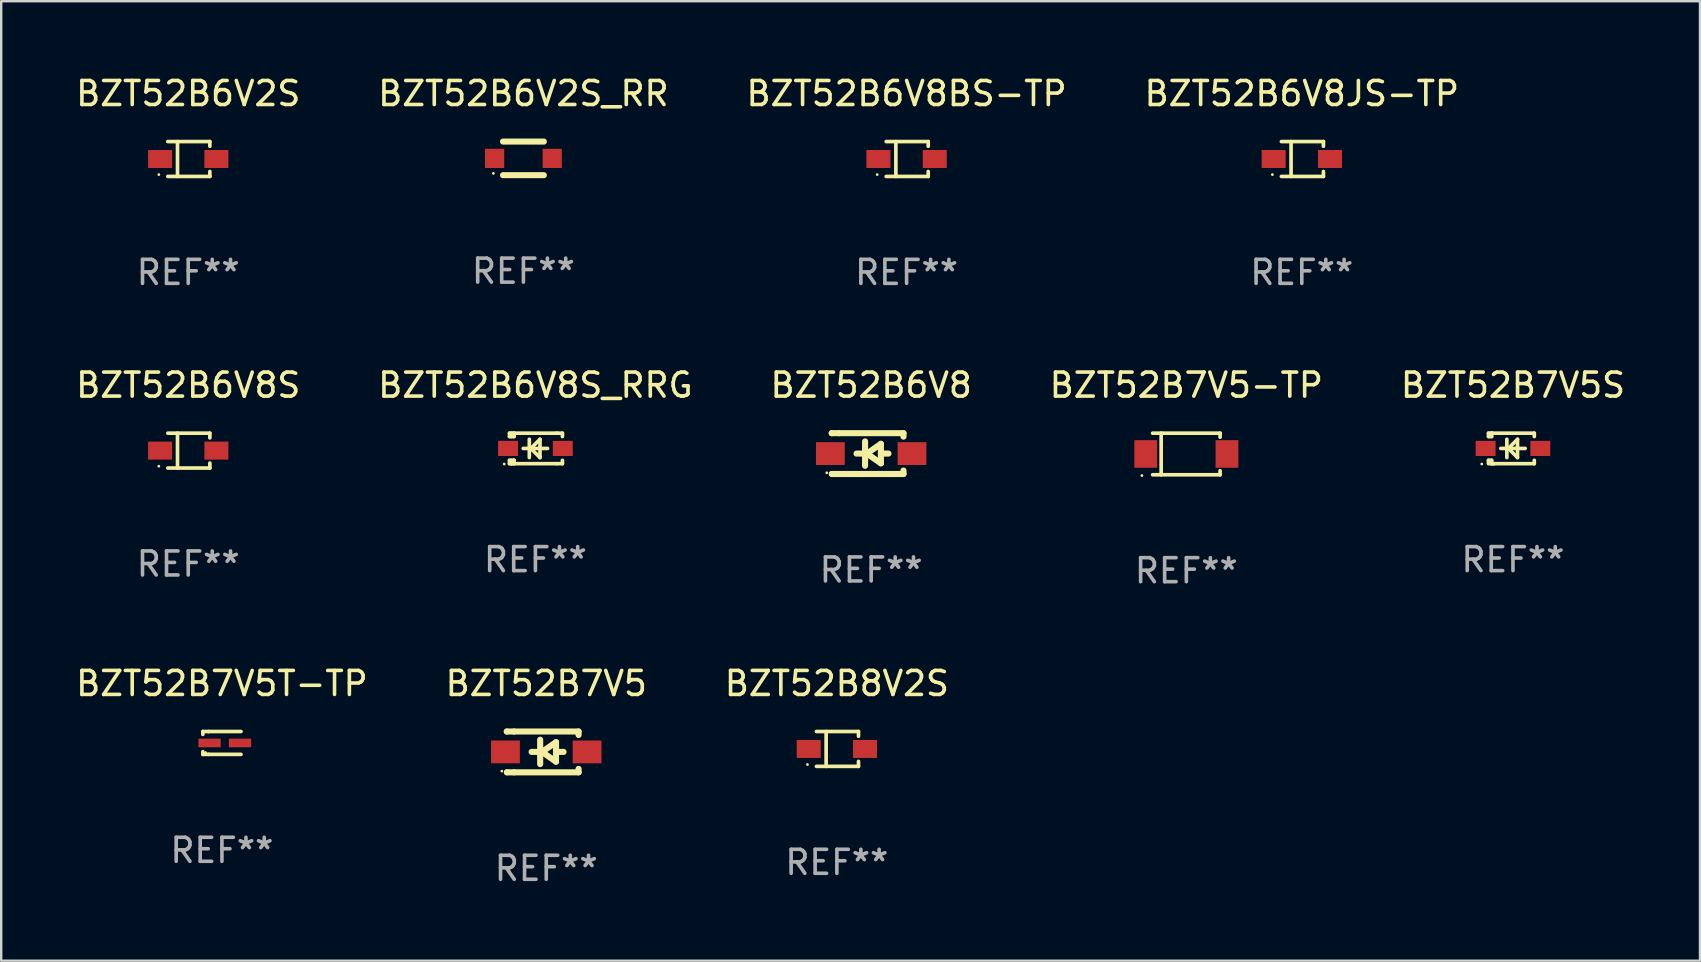
<source format=kicad_pcb>
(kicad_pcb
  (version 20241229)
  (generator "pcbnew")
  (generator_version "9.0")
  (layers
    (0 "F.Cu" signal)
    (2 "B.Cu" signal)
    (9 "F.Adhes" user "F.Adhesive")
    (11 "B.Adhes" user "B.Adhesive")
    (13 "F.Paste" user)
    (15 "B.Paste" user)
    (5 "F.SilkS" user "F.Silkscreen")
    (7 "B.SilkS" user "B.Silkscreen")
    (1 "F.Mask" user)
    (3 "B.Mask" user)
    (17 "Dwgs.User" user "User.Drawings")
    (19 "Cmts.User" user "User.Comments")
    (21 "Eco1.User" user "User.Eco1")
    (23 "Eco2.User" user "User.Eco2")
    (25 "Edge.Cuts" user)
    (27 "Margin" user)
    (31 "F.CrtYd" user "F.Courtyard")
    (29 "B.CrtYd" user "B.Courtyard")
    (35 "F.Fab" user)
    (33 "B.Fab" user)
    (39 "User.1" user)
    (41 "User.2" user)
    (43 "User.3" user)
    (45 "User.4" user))
  (footprint "BZT52B8V2S"
    (layer "F.Cu")
    (at 31.815 28.152)
    (property "Reference" "BZT52B8V2S" (at 0 -2.726 0) (layer "F.SilkS") (effects (font (size 1 1) (thickness 0.15))))
    (attr through_hole)
    (fp_line (start -0.851 -0.726) (end 0.901 -0.726) (stroke (width 0.152) (type solid)) (layer "F.SilkS"))
    (fp_line (start -0.851 0.726) (end 0.901 0.726) (stroke (width 0.152) (type solid)) (layer "F.SilkS"))
    (fp_line (start -0.447 -0.726) (end -0.447 0.726) (stroke (width 0.152) (type solid)) (layer "F.SilkS"))
    (fp_line (start 0.901 -0.726) (end 0.901 -0.53) (stroke (width 0.152) (type solid)) (layer "F.SilkS"))
    (fp_line (start 0.901 0.726) (end 0.901 0.52) (stroke (width 0.152) (type solid)) (layer "F.SilkS"))
    (fp_circle (center -1.225 0.65) (end -1.195 0.65) (stroke (width 0.06) (type solid)) (fill no) (layer "F.SilkS"))
    (fp_text user "REF**" (at 0 4.726 0) (layer "F.Fab") (effects (font (size 1 1) (thickness 0.15))))
    (pad "1" smd rect (at -1.173 0) (size 1 0.75) (layers "F.Cu" "F.Mask" "F.Paste"))
    (pad "2" smd rect (at 1.173 0) (size 1 0.75) (layers "F.Cu" "F.Mask" "F.Paste")))
  (footprint "BZT52B7V5T-TP"
    (layer "F.Cu")
    (at 6.196 27.902)
    (property "Reference" "BZT52B7V5T-TP" (at 0 -2.476 0) (layer "F.SilkS") (effects (font (size 1 1) (thickness 0.15))))
    (attr through_hole)
    (fp_line (start -0.795 -0.476) (end -0.795 -0.356) (stroke (width 0.152) (type solid)) (layer "F.SilkS"))
    (fp_line (start -0.795 0.363) (end -0.795 0.476) (stroke (width 0.152) (type solid)) (layer "F.SilkS"))
    (fp_line (start -0.795 0.476) (end -0.557 0.476) (stroke (width 0.152) (type solid)) (layer "F.SilkS"))
    (fp_line (start -0.557 -0.476) (end -0.795 -0.476) (stroke (width 0.152) (type solid)) (layer "F.SilkS"))
    (fp_line (start -0.557 -0.476) (end 0.795 -0.476) (stroke (width 0.152) (type solid)) (layer "F.SilkS"))
    (fp_line (start -0.557 0.476) (end 0.795 0.476) (stroke (width 0.152) (type solid)) (layer "F.SilkS"))
    (fp_circle (center -0.681 0.4) (end -0.651 0.4) (stroke (width 0.06) (type solid)) (fill no) (layer "F.SilkS"))
    (fp_text user "REF**" (at 0 4.476 0) (layer "F.Fab") (effects (font (size 1 1) (thickness 0.15))))
    (pad "1" smd rect (at -0.516 0 180) (size 0.93 0.36) (layers "F.Cu" "F.Mask" "F.Paste"))
    (pad "2" smd rect (at 0.754 0 180) (size 0.93 0.36) (layers "F.Cu" "F.Mask" "F.Paste")))
  (footprint "BZT52B6V8JS-TP"
    (layer "F.Cu")
    (at 51.185 3.574)
    (property "Reference" "BZT52B6V8JS-TP" (at 0 -2.726 0) (layer "F.SilkS") (effects (font (size 1 1) (thickness 0.15))))
    (attr through_hole)
    (fp_line (start -0.851 -0.726) (end 0.901 -0.726) (stroke (width 0.152) (type solid)) (layer "F.SilkS"))
    (fp_line (start -0.851 0.726) (end 0.901 0.726) (stroke (width 0.152) (type solid)) (layer "F.SilkS"))
    (fp_line (start -0.447 -0.726) (end -0.447 0.726) (stroke (width 0.152) (type solid)) (layer "F.SilkS"))
    (fp_line (start 0.901 -0.726) (end 0.901 -0.53) (stroke (width 0.152) (type solid)) (layer "F.SilkS"))
    (fp_line (start 0.901 0.726) (end 0.901 0.52) (stroke (width 0.152) (type solid)) (layer "F.SilkS"))
    (fp_circle (center -1.225 0.65) (end -1.195 0.65) (stroke (width 0.06) (type solid)) (fill no) (layer "F.SilkS"))
    (fp_text user "REF**" (at 0 4.726 0) (layer "F.Fab") (effects (font (size 1 1) (thickness 0.15))))
    (pad "1" smd rect (at -1.173 0) (size 1 0.75) (layers "F.Cu" "F.Mask" "F.Paste"))
    (pad "2" smd rect (at 1.173 0) (size 1 0.75) (layers "F.Cu" "F.Mask" "F.Paste")))
  (footprint "BZT52B6V8"
    (layer "F.Cu")
    (at 33.244 15.847)
    (property "Reference" "BZT52B6V8" (at 0 -2.85 0) (layer "F.SilkS") (effects (font (size 1 1) (thickness 0.15))))
    (attr through_hole)
    (fp_line (start -1.643 -0.85) (end -1.644 -0.849) (stroke (width 0.254) (type solid)) (layer "F.SilkS"))
    (fp_line (start -1.638 0.85) (end -1.639 0.849) (stroke (width 0.254) (type solid)) (layer "F.SilkS"))
    (fp_line (start -1.346 -0.85) (end -1.643 -0.85) (stroke (width 0.254) (type solid)) (layer "F.SilkS"))
    (fp_line (start -1.346 -0.85) (end 1.346 -0.85) (stroke (width 0.254) (type solid)) (layer "F.SilkS"))
    (fp_line (start -1.346 0.85) (end -1.638 0.85) (stroke (width 0.254) (type solid)) (layer "F.SilkS"))
    (fp_line (start -0.28 0) (end -0.61 0) (stroke (width 0.254) (type solid)) (layer "F.SilkS"))
    (fp_line (start -0.254 -0.508) (end -0.254 0.508) (stroke (width 0.254) (type solid)) (layer "F.SilkS"))
    (fp_line (start -0.178 0) (end 0.406 -0.406) (stroke (width 0.254) (type solid)) (layer "F.SilkS"))
    (fp_line (start 0.406 -0.406) (end 0.406 0.406) (stroke (width 0.254) (type solid)) (layer "F.SilkS"))
    (fp_line (start 0.406 -0.000254) (end 0.72 -0.000254) (stroke (width 0.254) (type solid)) (layer "F.SilkS"))
    (fp_line (start 0.406 0.406) (end -0.178 0) (stroke (width 0.254) (type solid)) (layer "F.SilkS"))
    (fp_line (start 1.346 -0.85) (end 1.346 -0.706) (stroke (width 0.254) (type solid)) (layer "F.SilkS"))
    (fp_line (start 1.346 0.706) (end 1.346 0.85) (stroke (width 0.254) (type solid)) (layer "F.SilkS"))
    (fp_line (start 1.346 0.85) (end -1.346 0.85) (stroke (width 0.254) (type solid)) (layer "F.SilkS"))
    (fp_circle (center -1.85 0.8) (end -1.82 0.8) (stroke (width 0.06) (type solid)) (fill no) (layer "F.SilkS"))
    (fp_text user "REF**" (at 0 4.85 0) (layer "F.Fab") (effects (font (size 1 1) (thickness 0.15))))
    (pad "1" smd rect (at -1.7 0) (size 1.2 0.95) (layers "F.Cu" "F.Mask" "F.Paste"))
    (pad "2" smd rect (at 1.7 0) (size 1.2 0.95) (layers "F.Cu" "F.Mask" "F.Paste")))
  (footprint "BZT52B7V5S"
    (layer "F.Cu")
    (at 59.982 15.632)
    (property "Reference" "BZT52B7V5S" (at 0 -2.635 0) (layer "F.SilkS") (effects (font (size 1 1) (thickness 0.15))))
    (attr through_hole)
    (fp_line (start -1.02 -0.635) (end -1.02 -0.495) (stroke (width 0.152) (type solid)) (layer "F.SilkS"))
    (fp_line (start -1.02 -0.495) (end -0.889 -0.495) (stroke (width 0.152) (type solid)) (layer "F.SilkS"))
    (fp_line (start -1.02 0.495) (end -1.02 0.62) (stroke (width 0.152) (type solid)) (layer "F.SilkS"))
    (fp_line (start -1.02 0.495) (end -0.889 0.495) (stroke (width 0.152) (type solid)) (layer "F.SilkS"))
    (fp_line (start -0.889 -0.635) (end -1.02 -0.635) (stroke (width 0.152) (type solid)) (layer "F.SilkS"))
    (fp_line (start -0.889 -0.635) (end -0.889 -0.595) (stroke (width 0.152) (type solid)) (layer "F.SilkS"))
    (fp_line (start -0.889 -0.635) (end 0.889 -0.635) (stroke (width 0.152) (type solid)) (layer "F.SilkS"))
    (fp_line (start -0.889 -0.495) (end -0.889 -0.635) (stroke (width 0.152) (type solid)) (layer "F.SilkS"))
    (fp_line (start -0.889 0.595) (end -0.889 0.495) (stroke (width 0.152) (type solid)) (layer "F.SilkS"))
    (fp_line (start -0.889 0.595) (end -0.889 0.635) (stroke (width 0.152) (type solid)) (layer "F.SilkS"))
    (fp_line (start -0.889 0.635) (end 0.889 0.635) (stroke (width 0.152) (type solid)) (layer "F.SilkS"))
    (fp_line (start -0.776 0.635) (end -1.014 0.635) (stroke (width 0.152) (type solid)) (layer "F.SilkS"))
    (fp_line (start -0.254 -0.381) (end -0.254 0.381) (stroke (width 0.152) (type solid)) (layer "F.SilkS"))
    (fp_line (start -0.191 0) (end 0.19 -0.381) (stroke (width 0.152) (type solid)) (layer "F.SilkS"))
    (fp_line (start 0.19 -0.381) (end 0.19 0.381) (stroke (width 0.152) (type solid)) (layer "F.SilkS"))
    (fp_line (start 0.19 0.381) (end -0.191 0) (stroke (width 0.152) (type solid)) (layer "F.SilkS"))
    (fp_line (start 0.508 0) (end -0.508 0) (stroke (width 0.152) (type solid)) (layer "F.SilkS"))
    (fp_line (start 0.889 -0.635) (end 0.889 -0.495) (stroke (width 0.152) (type solid)) (layer "F.SilkS"))
    (fp_line (start 0.889 0.495) (end 0.889 0.635) (stroke (width 0.152) (type solid)) (layer "F.SilkS"))
    (fp_circle (center -1.3 0.65) (end -1.27 0.65) (stroke (width 0.06) (type solid)) (fill no) (layer "F.SilkS"))
    (fp_text user "REF**" (at 0 4.635 0) (layer "F.Fab") (effects (font (size 1 1) (thickness 0.15))))
    (pad "1" smd rect (at -1.14 0 90) (size 0.63 0.83) (layers "F.Cu" "F.Mask" "F.Paste"))
    (pad "2" smd rect (at 1.14 0 90) (size 0.63 0.83) (layers "F.Cu" "F.Mask" "F.Paste")))
  (footprint "BZT52B6V8S_RRG"
    (layer "F.Cu")
    (at 19.256 15.632)
    (property "Reference" "BZT52B6V8S_RRG" (at 0 -2.635 0) (layer "F.SilkS") (effects (font (size 1 1) (thickness 0.15))))
    (attr through_hole)
    (fp_line (start -1.08 -0.635) (end -1.08 -0.495) (stroke (width 0.152) (type solid)) (layer "F.SilkS"))
    (fp_line (start -1.08 0.495) (end -1.08 0.635) (stroke (width 0.152) (type solid)) (layer "F.SilkS"))
    (fp_line (start -1.08 0.495) (end -0.889 0.495) (stroke (width 0.152) (type solid)) (layer "F.SilkS"))
    (fp_line (start -1.08 0.635) (end -0.889 0.635) (stroke (width 0.152) (type solid)) (layer "F.SilkS"))
    (fp_line (start -1.003 0.635) (end -0.986 0.635) (stroke (width 0.152) (type solid)) (layer "F.SilkS"))
    (fp_line (start -0.986 -0.495) (end -0.986 -0.635) (stroke (width 0.152) (type solid)) (layer "F.SilkS"))
    (fp_line (start -0.986 0.635) (end -0.986 0.495) (stroke (width 0.152) (type solid)) (layer "F.SilkS"))
    (fp_line (start -0.889 -0.635) (end -1.08 -0.635) (stroke (width 0.152) (type solid)) (layer "F.SilkS"))
    (fp_line (start -0.889 -0.635) (end -0.889 -0.595) (stroke (width 0.152) (type solid)) (layer "F.SilkS"))
    (fp_line (start -0.889 -0.635) (end 0.889 -0.635) (stroke (width 0.152) (type solid)) (layer "F.SilkS"))
    (fp_line (start -0.889 -0.595) (end -0.889 -0.495) (stroke (width 0.152) (type solid)) (layer "F.SilkS"))
    (fp_line (start -0.889 -0.495) (end -1.08 -0.495) (stroke (width 0.152) (type solid)) (layer "F.SilkS"))
    (fp_line (start -0.889 0.495) (end -0.889 0.595) (stroke (width 0.152) (type solid)) (layer "F.SilkS"))
    (fp_line (start -0.889 0.495) (end -0.889 0.495) (stroke (width 0.152) (type solid)) (layer "F.SilkS"))
    (fp_line (start -0.889 0.595) (end -0.889 0.635) (stroke (width 0.152) (type solid)) (layer "F.SilkS"))
    (fp_line (start -0.889 0.635) (end 0.889 0.635) (stroke (width 0.152) (type solid)) (layer "F.SilkS"))
    (fp_line (start -0.254 -0.381) (end -0.254 0.381) (stroke (width 0.152) (type solid)) (layer "F.SilkS"))
    (fp_line (start -0.191 0) (end -0.191 0) (stroke (width 0.152) (type solid)) (layer "F.SilkS"))
    (fp_line (start -0.191 0) (end 0.191 -0.381) (stroke (width 0.152) (type solid)) (layer "F.SilkS"))
    (fp_line (start 0.191 -0.381) (end 0.191 0.381) (stroke (width 0.152) (type solid)) (layer "F.SilkS"))
    (fp_line (start 0.191 0.381) (end -0.191 0) (stroke (width 0.152) (type solid)) (layer "F.SilkS"))
    (fp_line (start 0.508 0) (end -0.508 0) (stroke (width 0.152) (type solid)) (layer "F.SilkS"))
    (fp_line (start 0.889 -0.635) (end 1.125 -0.635) (stroke (width 0.152) (type solid)) (layer "F.SilkS"))
    (fp_line (start 1.125 -0.635) (end 1.125 -0.495) (stroke (width 0.152) (type solid)) (layer "F.SilkS"))
    (fp_line (start 1.125 0.495) (end 1.125 0.635) (stroke (width 0.152) (type solid)) (layer "F.SilkS"))
    (fp_line (start 1.125 0.635) (end 0.889 0.635) (stroke (width 0.152) (type solid)) (layer "F.SilkS"))
    (fp_circle (center -1.3 0.65) (end -1.27 0.65) (stroke (width 0.06) (type solid)) (fill no) (layer "F.SilkS"))
    (fp_text user "REF**" (at 0 4.635 0) (layer "F.Fab") (effects (font (size 1 1) (thickness 0.15))))
    (pad "1" smd rect (at -1.14 0 90) (size 0.63 0.83) (layers "F.Cu" "F.Mask" "F.Paste"))
    (pad "2" smd rect (at 1.14 0 90) (size 0.63 0.83) (layers "F.Cu" "F.Mask" "F.Paste")))
  (footprint "BZT52B7V5"
    (layer "F.Cu")
    (at 19.708 28.276)
    (property "Reference" "BZT52B7V5" (at 0 -2.85 0) (layer "F.SilkS") (effects (font (size 1 1) (thickness 0.15))))
    (attr through_hole)
    (fp_line (start -1.643 -0.85) (end -1.644 -0.849) (stroke (width 0.254) (type solid)) (layer "F.SilkS"))
    (fp_line (start -1.638 0.85) (end -1.639 0.849) (stroke (width 0.254) (type solid)) (layer "F.SilkS"))
    (fp_line (start -1.346 -0.85) (end -1.643 -0.85) (stroke (width 0.254) (type solid)) (layer "F.SilkS"))
    (fp_line (start -1.346 -0.85) (end 1.346 -0.85) (stroke (width 0.254) (type solid)) (layer "F.SilkS"))
    (fp_line (start -1.346 0.85) (end -1.638 0.85) (stroke (width 0.254) (type solid)) (layer "F.SilkS"))
    (fp_line (start -0.28 0) (end -0.61 0) (stroke (width 0.254) (type solid)) (layer "F.SilkS"))
    (fp_line (start -0.254 -0.508) (end -0.254 0.508) (stroke (width 0.254) (type solid)) (layer "F.SilkS"))
    (fp_line (start -0.178 0) (end 0.406 -0.406) (stroke (width 0.254) (type solid)) (layer "F.SilkS"))
    (fp_line (start 0.406 -0.406) (end 0.406 0.406) (stroke (width 0.254) (type solid)) (layer "F.SilkS"))
    (fp_line (start 0.406 -0.000254) (end 0.72 -0.000254) (stroke (width 0.254) (type solid)) (layer "F.SilkS"))
    (fp_line (start 0.406 0.406) (end -0.178 0) (stroke (width 0.254) (type solid)) (layer "F.SilkS"))
    (fp_line (start 1.346 -0.85) (end 1.346 -0.706) (stroke (width 0.254) (type solid)) (layer "F.SilkS"))
    (fp_line (start 1.346 0.706) (end 1.346 0.85) (stroke (width 0.254) (type solid)) (layer "F.SilkS"))
    (fp_line (start 1.346 0.85) (end -1.346 0.85) (stroke (width 0.254) (type solid)) (layer "F.SilkS"))
    (fp_circle (center -1.85 0.8) (end -1.82 0.8) (stroke (width 0.06) (type solid)) (fill no) (layer "F.SilkS"))
    (fp_text user "REF**" (at 0 4.85 0) (layer "F.Fab") (effects (font (size 1 1) (thickness 0.15))))
    (pad "1" smd rect (at -1.7 0) (size 1.2 0.95) (layers "F.Cu" "F.Mask" "F.Paste"))
    (pad "2" smd rect (at 1.7 0) (size 1.2 0.95) (layers "F.Cu" "F.Mask" "F.Paste")))
  (footprint "BZT52B6V2S_RR"
    (layer "F.Cu")
    (at 18.756 3.548)
    (property "Reference" "BZT52B6V2S_RR" (at 0 -2.7 0) (layer "F.SilkS") (effects (font (size 1 1) (thickness 0.15))))
    (attr through_hole)
    (fp_line (start -0.85 -0.7) (end 0.85 -0.7) (stroke (width 0.254) (type solid)) (layer "F.SilkS"))
    (fp_line (start -0.85 0.7) (end 0.85 0.7) (stroke (width 0.254) (type solid)) (layer "F.SilkS"))
    (fp_circle (center -1.25 0.625) (end -1.22 0.625) (stroke (width 0.06) (type solid)) (fill no) (layer "F.SilkS"))
    (fp_text user "REF**" (at 0 4.7 0) (layer "F.Fab") (effects (font (size 1 1) (thickness 0.15))))
    (pad "1" smd rect (at -1.2 0) (size 0.8 0.8) (layers "F.Cu" "F.Mask" "F.Paste"))
    (pad "2" smd rect (at 1.2 0) (size 0.8 0.8) (layers "F.Cu" "F.Mask" "F.Paste")))
  (footprint "BZT52B6V2S"
    (layer "F.Cu")
    (at 4.792 3.574)
    (property "Reference" "BZT52B6V2S" (at 0 -2.726 0) (layer "F.SilkS") (effects (font (size 1 1) (thickness 0.15))))
    (attr through_hole)
    (fp_line (start -0.851 -0.726) (end 0.901 -0.726) (stroke (width 0.152) (type solid)) (layer "F.SilkS"))
    (fp_line (start -0.851 0.726) (end 0.901 0.726) (stroke (width 0.152) (type solid)) (layer "F.SilkS"))
    (fp_line (start -0.447 -0.726) (end -0.447 0.726) (stroke (width 0.152) (type solid)) (layer "F.SilkS"))
    (fp_line (start 0.901 -0.726) (end 0.901 -0.53) (stroke (width 0.152) (type solid)) (layer "F.SilkS"))
    (fp_line (start 0.901 0.726) (end 0.901 0.52) (stroke (width 0.152) (type solid)) (layer "F.SilkS"))
    (fp_circle (center -1.225 0.65) (end -1.195 0.65) (stroke (width 0.06) (type solid)) (fill no) (layer "F.SilkS"))
    (fp_text user "REF**" (at 0 4.726 0) (layer "F.Fab") (effects (font (size 1 1) (thickness 0.15))))
    (pad "1" smd rect (at -1.173 0) (size 1 0.75) (layers "F.Cu" "F.Mask" "F.Paste"))
    (pad "2" smd rect (at 1.173 0) (size 1 0.75) (layers "F.Cu" "F.Mask" "F.Paste")))
  (footprint "BZT52B6V8BS-TP"
    (layer "F.Cu")
    (at 34.72 3.574)
    (property "Reference" "BZT52B6V8BS-TP" (at 0 -2.726 0) (layer "F.SilkS") (effects (font (size 1 1) (thickness 0.15))))
    (attr through_hole)
    (fp_line (start -0.851 -0.726) (end 0.901 -0.726) (stroke (width 0.152) (type solid)) (layer "F.SilkS"))
    (fp_line (start -0.851 0.726) (end 0.901 0.726) (stroke (width 0.152) (type solid)) (layer "F.SilkS"))
    (fp_line (start -0.447 -0.726) (end -0.447 0.726) (stroke (width 0.152) (type solid)) (layer "F.SilkS"))
    (fp_line (start 0.901 -0.726) (end 0.901 -0.53) (stroke (width 0.152) (type solid)) (layer "F.SilkS"))
    (fp_line (start 0.901 0.726) (end 0.901 0.52) (stroke (width 0.152) (type solid)) (layer "F.SilkS"))
    (fp_circle (center -1.225 0.65) (end -1.195 0.65) (stroke (width 0.06) (type solid)) (fill no) (layer "F.SilkS"))
    (fp_text user "REF**" (at 0 4.726 0) (layer "F.Fab") (effects (font (size 1 1) (thickness 0.15))))
    (pad "1" smd rect (at -1.173 0) (size 1 0.75) (layers "F.Cu" "F.Mask" "F.Paste"))
    (pad "2" smd rect (at 1.173 0) (size 1 0.75) (layers "F.Cu" "F.Mask" "F.Paste")))
  (footprint "BZT52B7V5-TP"
    (layer "F.Cu")
    (at 46.375 15.863)
    (property "Reference" "BZT52B7V5-TP" (at 0 -2.866 0) (layer "F.SilkS") (effects (font (size 1 1) (thickness 0.15))))
    (attr through_hole)
    (fp_line (start -1.406 -0.866) (end 1.406 -0.866) (stroke (width 0.152) (type solid)) (layer "F.SilkS"))
    (fp_line (start -1.406 0.866) (end 1.406 0.866) (stroke (width 0.152) (type solid)) (layer "F.SilkS"))
    (fp_line (start -1.049 -0.866) (end -1.049 0.866) (stroke (width 0.152) (type solid)) (layer "F.SilkS"))
    (fp_line (start 1.406 -0.866) (end 1.406 -0.698) (stroke (width 0.152) (type solid)) (layer "F.SilkS"))
    (fp_line (start 1.406 0.866) (end 1.406 0.698) (stroke (width 0.152) (type solid)) (layer "F.SilkS"))
    (fp_circle (center -1.851 0.9) (end -1.821 0.9) (stroke (width 0.06) (type solid)) (fill no) (layer "F.SilkS"))
    (fp_text user "REF**" (at 0 4.866 0) (layer "F.Fab") (effects (font (size 1 1) (thickness 0.15))))
    (pad "1" smd rect (at -1.692 0) (size 0.95 1.15) (layers "F.Cu" "F.Mask" "F.Paste"))
    (pad "2" smd rect (at 1.692 0) (size 0.95 1.15) (layers "F.Cu" "F.Mask" "F.Paste")))
  (footprint "BZT52B6V8S"
    (layer "F.Cu")
    (at 4.792 15.723)
    (property "Reference" "BZT52B6V8S" (at 0 -2.726 0) (layer "F.SilkS") (effects (font (size 1 1) (thickness 0.15))))
    (attr through_hole)
    (fp_line (start -0.851 -0.726) (end 0.901 -0.726) (stroke (width 0.152) (type solid)) (layer "F.SilkS"))
    (fp_line (start -0.851 0.726) (end 0.901 0.726) (stroke (width 0.152) (type solid)) (layer "F.SilkS"))
    (fp_line (start -0.447 -0.726) (end -0.447 0.726) (stroke (width 0.152) (type solid)) (layer "F.SilkS"))
    (fp_line (start 0.901 -0.726) (end 0.901 -0.53) (stroke (width 0.152) (type solid)) (layer "F.SilkS"))
    (fp_line (start 0.901 0.726) (end 0.901 0.52) (stroke (width 0.152) (type solid)) (layer "F.SilkS"))
    (fp_circle (center -1.225 0.65) (end -1.195 0.65) (stroke (width 0.06) (type solid)) (fill no) (layer "F.SilkS"))
    (fp_text user "REF**" (at 0 4.726 0) (layer "F.Fab") (effects (font (size 1 1) (thickness 0.15))))
    (pad "1" smd rect (at -1.173 0) (size 1 0.75) (layers "F.Cu" "F.Mask" "F.Paste"))
    (pad "2" smd rect (at 1.173 0) (size 1 0.75) (layers "F.Cu" "F.Mask" "F.Paste")))
  (gr_rect
    (start -3 -3)
    (end 67.774 36.974)
    (stroke (width 0.1) (type default))
    (fill no)
    (layer "Edge.Cuts")))
</source>
